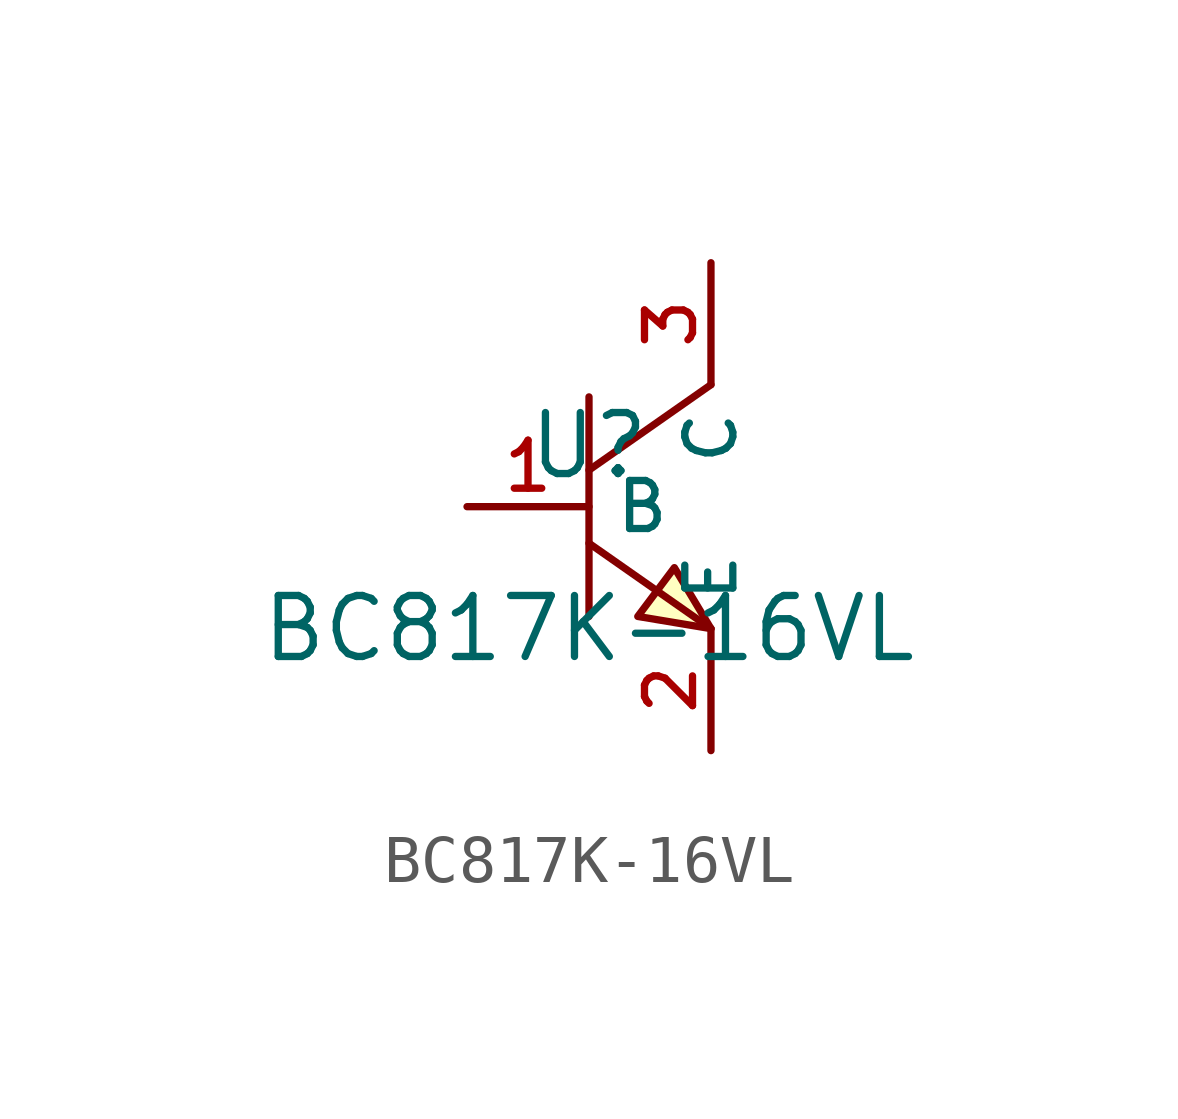
<source format=kicad_sym>
(kicad_symbol_lib
  (version 20210201)
  (generator TousstNicolas/JLC2KiCad_lib)
  (symbol "BC817K-16VL"
    (property "Reference" "U"
      (at 0 1.27 0)
      (effects (font (size 1.27 1.27))))
    (property "Value" "BC817K-16VL"
      (at 0 -2.54 0)
      (effects (font (size 1.27 1.27))))
    (symbol "BC817K-16VL_0_1"
      (pin input line (at -2.54 -0.0 0) (length 2.54) (name "B" (effects (font (size 1 1)))) (number "1" (effects (font (size 1 1)))))
      (pin input line (at 2.54 5.08 270) (length 2.54) (name "C" (effects (font (size 1 1)))) (number "3" (effects (font (size 1 1)))))
      (pin input line (at 2.54 -5.08 90) (length 2.54) (name "E" (effects (font (size 1 1)))) (number "2" (effects (font (size 1 1)))))
      (polyline (pts (xy 2.54 2.54) (xy 2.54 2.54) (xy 0.0 0.762)) (stroke (width 0) (type default) (color 0 0 0 0)) (fill (type none)))
      (polyline (pts (xy 0.0 -0.762) (xy 2.54 -2.54)) (stroke (width 0) (type default) (color 0 0 0 0)) (fill (type none)))
      (polyline (pts (xy 0.0 2.286) (xy 0.0 -2.286)) (stroke (width 0) (type default) (color 0 0 0 0)) (fill (type none)))
      (polyline (pts (xy 2.54 -2.54) (xy 1.778 -1.27) (xy 1.016 -2.286) (xy 2.54 -2.54)) (stroke (width 0) (type default) (color 0 0 0 0)) (fill (type background))))))
</source>
